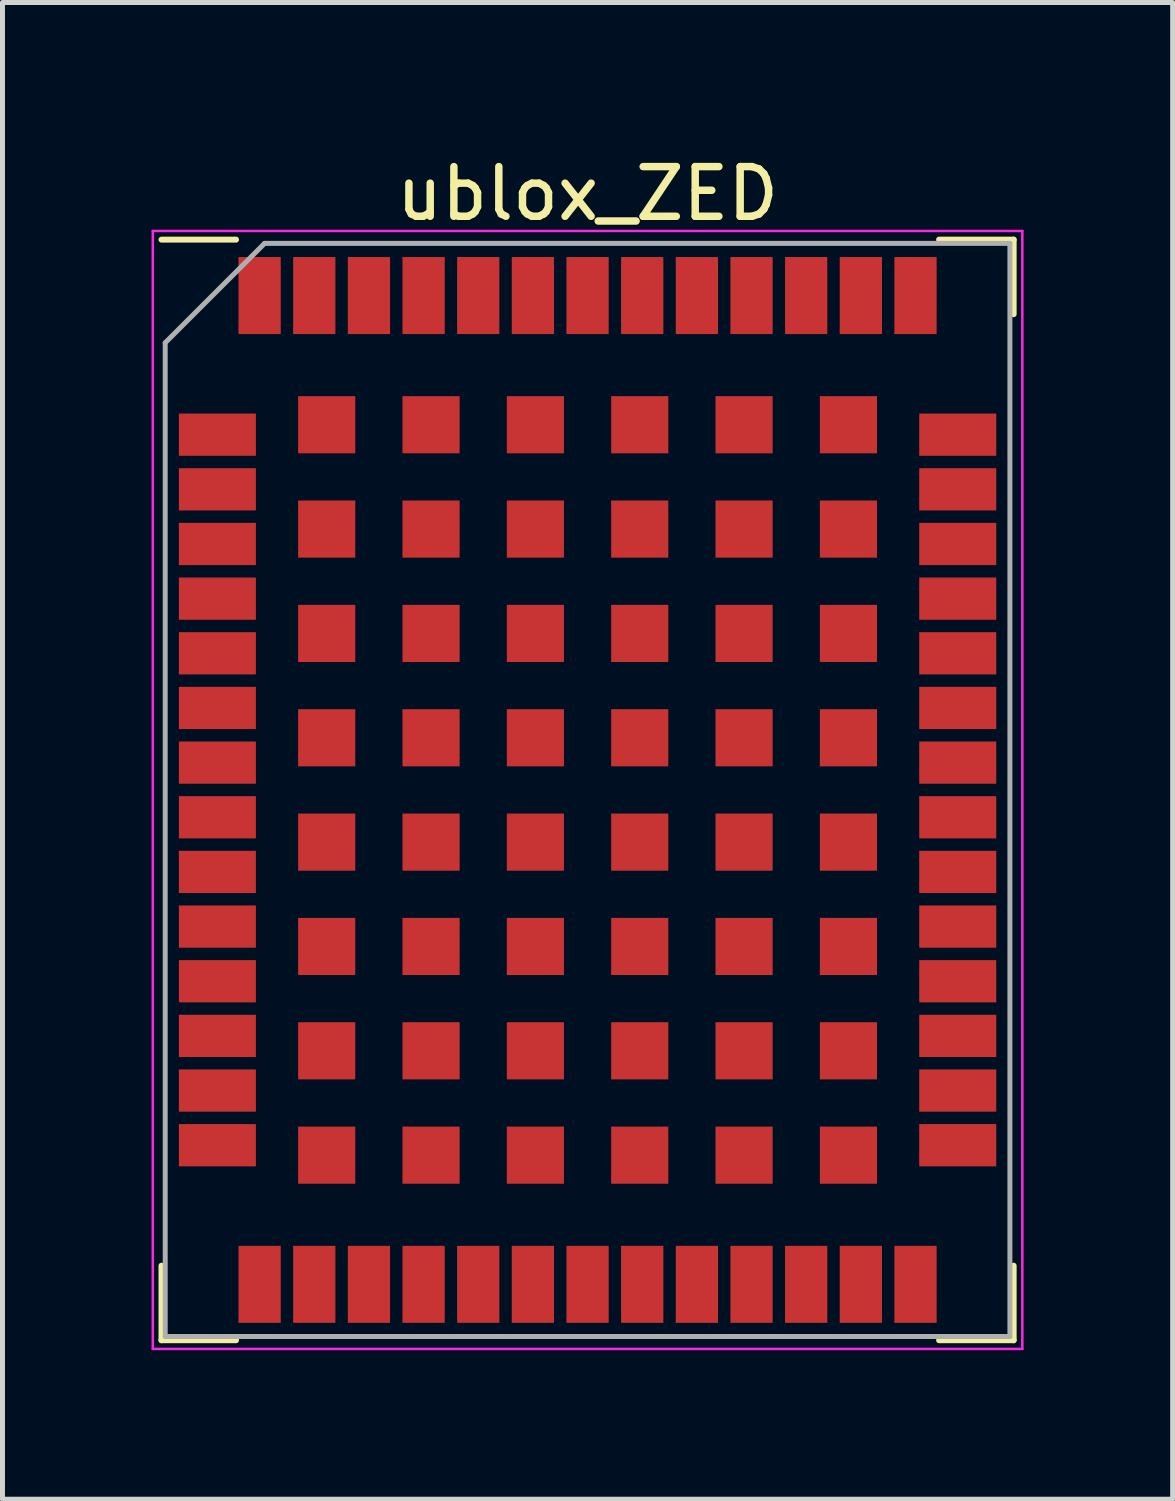
<source format=kicad_pcb>
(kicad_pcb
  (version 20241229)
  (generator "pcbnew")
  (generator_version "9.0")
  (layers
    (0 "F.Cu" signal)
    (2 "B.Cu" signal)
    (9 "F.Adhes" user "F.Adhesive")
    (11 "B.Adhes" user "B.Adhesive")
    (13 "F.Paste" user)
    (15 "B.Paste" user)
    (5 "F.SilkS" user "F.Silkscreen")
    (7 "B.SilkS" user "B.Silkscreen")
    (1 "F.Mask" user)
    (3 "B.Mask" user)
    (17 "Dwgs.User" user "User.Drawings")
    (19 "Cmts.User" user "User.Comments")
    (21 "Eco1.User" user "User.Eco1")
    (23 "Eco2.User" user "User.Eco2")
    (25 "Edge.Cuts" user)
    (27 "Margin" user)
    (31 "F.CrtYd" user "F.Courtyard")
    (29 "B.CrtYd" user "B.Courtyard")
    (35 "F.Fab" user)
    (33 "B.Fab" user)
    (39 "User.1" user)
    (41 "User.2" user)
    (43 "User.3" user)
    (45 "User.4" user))
  (footprint "ublox_ZED"
    (layer "F.Cu")
    (at 8.775 12.848)
    (property "Reference" "ublox_ZED" (at 0 -12 0) (layer "F.SilkS") (effects (font (size 1 1) (thickness 0.15))))
    (attr smd)
    (fp_line (start -8.575 -11.075) (end -7.075 -11.075) (stroke (width 0.12) (type solid)) (layer "F.SilkS"))
    (fp_line (start -8.575 11.075) (end -8.575 9.575) (stroke (width 0.12) (type solid)) (layer "F.SilkS"))
    (fp_line (start -8.575 11.075) (end -7.075 11.075) (stroke (width 0.12) (type solid)) (layer "F.SilkS"))
    (fp_line (start 8.575 -11.075) (end 7.075 -11.075) (stroke (width 0.12) (type solid)) (layer "F.SilkS"))
    (fp_line (start 8.575 -11.075) (end 8.575 -9.575) (stroke (width 0.12) (type solid)) (layer "F.SilkS"))
    (fp_line (start 8.575 11.075) (end 7.075 11.075) (stroke (width 0.12) (type solid)) (layer "F.SilkS"))
    (fp_line (start 8.575 11.075) (end 8.575 9.575) (stroke (width 0.12) (type solid)) (layer "F.SilkS"))
    (fp_line (start -8.75 -11.25) (end -8.75 11.25) (stroke (width 0.05) (type solid)) (layer "F.CrtYd"))
    (fp_line (start -8.75 -11.25) (end 8.75 -11.25) (stroke (width 0.05) (type solid)) (layer "F.CrtYd"))
    (fp_line (start -8.75 11.25) (end 8.75 11.25) (stroke (width 0.05) (type solid)) (layer "F.CrtYd"))
    (fp_line (start 8.75 -11.25) (end 8.75 11.25) (stroke (width 0.05) (type solid)) (layer "F.CrtYd"))
    (fp_line (start -8.5 -9) (end -8.5 11) (stroke (width 0.1) (type solid)) (layer "F.Fab"))
    (fp_line (start -8.5 -9) (end -6.5 -11) (stroke (width 0.1) (type solid)) (layer "F.Fab"))
    (fp_line (start -8.5 11) (end 8.5 11) (stroke (width 0.1) (type solid)) (layer "F.Fab"))
    (fp_line (start -6.5 -11) (end 8.5 -11) (stroke (width 0.1) (type solid)) (layer "F.Fab"))
    (fp_line (start 8.5 -11) (end 8.5 11) (stroke (width 0.1) (type solid)) (layer "F.Fab"))
    (pad "1" smd rect (at -7.45 -7.15) (size 1.55 0.85) (layers "F.Cu" "F.Mask" "F.Paste"))
    (pad "2" smd rect (at -7.45 -6.05) (size 1.55 0.85) (layers "F.Cu" "F.Mask" "F.Paste"))
    (pad "3" smd rect (at -7.45 -4.95) (size 1.55 0.85) (layers "F.Cu" "F.Mask" "F.Paste"))
    (pad "4" smd rect (at -7.45 -3.85) (size 1.55 0.85) (layers "F.Cu" "F.Mask" "F.Paste"))
    (pad "5" smd rect (at -7.45 -2.75) (size 1.55 0.85) (layers "F.Cu" "F.Mask" "F.Paste"))
    (pad "6" smd rect (at -7.45 -1.65) (size 1.55 0.85) (layers "F.Cu" "F.Mask" "F.Paste"))
    (pad "7" smd rect (at -7.45 -0.55) (size 1.55 0.85) (layers "F.Cu" "F.Mask" "F.Paste"))
    (pad "8" smd rect (at -7.45 0.55) (size 1.55 0.85) (layers "F.Cu" "F.Mask" "F.Paste"))
    (pad "9" smd rect (at -7.45 1.65) (size 1.55 0.85) (layers "F.Cu" "F.Mask" "F.Paste"))
    (pad "10" smd rect (at -7.45 2.75) (size 1.55 0.85) (layers "F.Cu" "F.Mask" "F.Paste"))
    (pad "11" smd rect (at -7.45 3.85) (size 1.55 0.85) (layers "F.Cu" "F.Mask" "F.Paste"))
    (pad "12" smd rect (at -7.45 4.95) (size 1.55 0.85) (layers "F.Cu" "F.Mask" "F.Paste"))
    (pad "13" smd rect (at -7.45 6.05) (size 1.55 0.85) (layers "F.Cu" "F.Mask" "F.Paste"))
    (pad "14" smd rect (at -7.45 7.15) (size 1.55 0.85) (layers "F.Cu" "F.Mask" "F.Paste"))
    (pad "15" smd rect (at -6.6 9.95 90) (size 1.55 0.85) (layers "F.Cu" "F.Mask" "F.Paste"))
    (pad "16" smd rect (at -5.5 9.95 90) (size 1.55 0.85) (layers "F.Cu" "F.Mask" "F.Paste"))
    (pad "17" smd rect (at -4.4 9.95 90) (size 1.55 0.85) (layers "F.Cu" "F.Mask" "F.Paste"))
    (pad "18" smd rect (at -3.3 9.95 90) (size 1.55 0.85) (layers "F.Cu" "F.Mask" "F.Paste"))
    (pad "19" smd rect (at -2.2 9.95 90) (size 1.55 0.85) (layers "F.Cu" "F.Mask" "F.Paste"))
    (pad "20" smd rect (at -1.1 9.95 90) (size 1.55 0.85) (layers "F.Cu" "F.Mask" "F.Paste"))
    (pad "21" smd rect (at 0 9.95 90) (size 1.55 0.85) (layers "F.Cu" "F.Mask" "F.Paste"))
    (pad "22" smd rect (at 1.1 9.95 90) (size 1.55 0.85) (layers "F.Cu" "F.Mask" "F.Paste"))
    (pad "23" smd rect (at 2.2 9.95 90) (size 1.55 0.85) (layers "F.Cu" "F.Mask" "F.Paste"))
    (pad "24" smd rect (at 3.3 9.95 90) (size 1.55 0.85) (layers "F.Cu" "F.Mask" "F.Paste"))
    (pad "25" smd rect (at 4.4 9.95 90) (size 1.55 0.85) (layers "F.Cu" "F.Mask" "F.Paste"))
    (pad "26" smd rect (at 5.5 9.95 90) (size 1.55 0.85) (layers "F.Cu" "F.Mask" "F.Paste"))
    (pad "27" smd rect (at 6.6 9.95 90) (size 1.55 0.85) (layers "F.Cu" "F.Mask" "F.Paste"))
    (pad "28" smd rect (at 7.45 7.15) (size 1.55 0.85) (layers "F.Cu" "F.Mask" "F.Paste"))
    (pad "29" smd rect (at 7.45 6.05) (size 1.55 0.85) (layers "F.Cu" "F.Mask" "F.Paste"))
    (pad "30" smd rect (at 7.45 4.95) (size 1.55 0.85) (layers "F.Cu" "F.Mask" "F.Paste"))
    (pad "31" smd rect (at 7.45 3.85) (size 1.55 0.85) (layers "F.Cu" "F.Mask" "F.Paste"))
    (pad "32" smd rect (at 7.45 2.75) (size 1.55 0.85) (layers "F.Cu" "F.Mask" "F.Paste"))
    (pad "33" smd rect (at 7.45 1.65) (size 1.55 0.85) (layers "F.Cu" "F.Mask" "F.Paste"))
    (pad "34" smd rect (at 7.45 0.55) (size 1.55 0.85) (layers "F.Cu" "F.Mask" "F.Paste"))
    (pad "35" smd rect (at 7.45 -0.55) (size 1.55 0.85) (layers "F.Cu" "F.Mask" "F.Paste"))
    (pad "36" smd rect (at 7.45 -1.65) (size 1.55 0.85) (layers "F.Cu" "F.Mask" "F.Paste"))
    (pad "37" smd rect (at 7.45 -2.75) (size 1.55 0.85) (layers "F.Cu" "F.Mask" "F.Paste"))
    (pad "38" smd rect (at 7.45 -3.85) (size 1.55 0.85) (layers "F.Cu" "F.Mask" "F.Paste"))
    (pad "39" smd rect (at 7.45 -4.95) (size 1.55 0.85) (layers "F.Cu" "F.Mask" "F.Paste"))
    (pad "40" smd rect (at 7.45 -6.05) (size 1.55 0.85) (layers "F.Cu" "F.Mask" "F.Paste"))
    (pad "41" smd rect (at 7.45 -7.15) (size 1.55 0.85) (layers "F.Cu" "F.Mask" "F.Paste"))
    (pad "42" smd rect (at 6.6 -9.95 90) (size 1.55 0.85) (layers "F.Cu" "F.Mask" "F.Paste"))
    (pad "43" smd rect (at 5.5 -9.95 90) (size 1.55 0.85) (layers "F.Cu" "F.Mask" "F.Paste"))
    (pad "44" smd rect (at 4.4 -9.95 90) (size 1.55 0.85) (layers "F.Cu" "F.Mask" "F.Paste"))
    (pad "45" smd rect (at 3.3 -9.95 90) (size 1.55 0.85) (layers "F.Cu" "F.Mask" "F.Paste"))
    (pad "46" smd rect (at 2.2 -9.95 90) (size 1.55 0.85) (layers "F.Cu" "F.Mask" "F.Paste"))
    (pad "47" smd rect (at 1.1 -9.95 90) (size 1.55 0.85) (layers "F.Cu" "F.Mask" "F.Paste"))
    (pad "48" smd rect (at 0 -9.95 90) (size 1.55 0.85) (layers "F.Cu" "F.Mask" "F.Paste"))
    (pad "49" smd rect (at -1.1 -9.95 90) (size 1.55 0.85) (layers "F.Cu" "F.Mask" "F.Paste"))
    (pad "50" smd rect (at -2.2 -9.95 90) (size 1.55 0.85) (layers "F.Cu" "F.Mask" "F.Paste"))
    (pad "51" smd rect (at -3.3 -9.95 90) (size 1.55 0.85) (layers "F.Cu" "F.Mask" "F.Paste"))
    (pad "52" smd rect (at -4.4 -9.95 90) (size 1.55 0.85) (layers "F.Cu" "F.Mask" "F.Paste"))
    (pad "53" smd rect (at -5.5 -9.95 90) (size 1.55 0.85) (layers "F.Cu" "F.Mask" "F.Paste"))
    (pad "54" smd rect (at -6.6 -9.95 90) (size 1.55 0.85) (layers "F.Cu" "F.Mask" "F.Paste"))
    (pad "55" smd rect (at -5.25 -7.35) (size 1.15 1.15) (layers "F.Cu" "F.Mask" "F.Paste"))
    (pad "55" smd rect (at -5.25 -5.25) (size 1.15 1.15) (layers "F.Cu" "F.Mask" "F.Paste"))
    (pad "55" smd rect (at -5.25 -3.15) (size 1.15 1.15) (layers "F.Cu" "F.Mask" "F.Paste"))
    (pad "55" smd rect (at -5.25 -1.05) (size 1.15 1.15) (layers "F.Cu" "F.Mask" "F.Paste"))
    (pad "55" smd rect (at -5.25 1.05) (size 1.15 1.15) (layers "F.Cu" "F.Mask" "F.Paste"))
    (pad "55" smd rect (at -5.25 3.15) (size 1.15 1.15) (layers "F.Cu" "F.Mask" "F.Paste"))
    (pad "55" smd rect (at -5.25 5.25) (size 1.15 1.15) (layers "F.Cu" "F.Mask" "F.Paste"))
    (pad "55" smd rect (at -5.25 7.35) (size 1.15 1.15) (layers "F.Cu" "F.Mask" "F.Paste"))
    (pad "55" smd rect (at -3.15 -7.35) (size 1.15 1.15) (layers "F.Cu" "F.Mask" "F.Paste"))
    (pad "55" smd rect (at -3.15 -5.25) (size 1.15 1.15) (layers "F.Cu" "F.Mask" "F.Paste"))
    (pad "55" smd rect (at -3.15 -3.15) (size 1.15 1.15) (layers "F.Cu" "F.Mask" "F.Paste"))
    (pad "55" smd rect (at -3.15 -1.05) (size 1.15 1.15) (layers "F.Cu" "F.Mask" "F.Paste"))
    (pad "55" smd rect (at -3.15 1.05) (size 1.15 1.15) (layers "F.Cu" "F.Mask" "F.Paste"))
    (pad "55" smd rect (at -3.15 3.15) (size 1.15 1.15) (layers "F.Cu" "F.Mask" "F.Paste"))
    (pad "55" smd rect (at -3.15 5.25) (size 1.15 1.15) (layers "F.Cu" "F.Mask" "F.Paste"))
    (pad "55" smd rect (at -3.15 7.35) (size 1.15 1.15) (layers "F.Cu" "F.Mask" "F.Paste"))
    (pad "55" smd rect (at -1.05 -7.35) (size 1.15 1.15) (layers "F.Cu" "F.Mask" "F.Paste"))
    (pad "55" smd rect (at -1.05 -5.25) (size 1.15 1.15) (layers "F.Cu" "F.Mask" "F.Paste"))
    (pad "55" smd rect (at -1.05 -3.15) (size 1.15 1.15) (layers "F.Cu" "F.Mask" "F.Paste"))
    (pad "55" smd rect (at -1.05 -1.05) (size 1.15 1.15) (layers "F.Cu" "F.Mask" "F.Paste"))
    (pad "55" smd rect (at -1.05 1.05) (size 1.15 1.15) (layers "F.Cu" "F.Mask" "F.Paste"))
    (pad "55" smd rect (at -1.05 3.15) (size 1.15 1.15) (layers "F.Cu" "F.Mask" "F.Paste"))
    (pad "55" smd rect (at -1.05 5.25) (size 1.15 1.15) (layers "F.Cu" "F.Mask" "F.Paste"))
    (pad "55" smd rect (at -1.05 7.35) (size 1.15 1.15) (layers "F.Cu" "F.Mask" "F.Paste"))
    (pad "55" smd rect (at 1.05 -7.35) (size 1.15 1.15) (layers "F.Cu" "F.Mask" "F.Paste"))
    (pad "55" smd rect (at 1.05 -5.25) (size 1.15 1.15) (layers "F.Cu" "F.Mask" "F.Paste"))
    (pad "55" smd rect (at 1.05 -3.15) (size 1.15 1.15) (layers "F.Cu" "F.Mask" "F.Paste"))
    (pad "55" smd rect (at 1.05 -1.05) (size 1.15 1.15) (layers "F.Cu" "F.Mask" "F.Paste"))
    (pad "55" smd rect (at 1.05 1.05) (size 1.15 1.15) (layers "F.Cu" "F.Mask" "F.Paste"))
    (pad "55" smd rect (at 1.05 3.15) (size 1.15 1.15) (layers "F.Cu" "F.Mask" "F.Paste"))
    (pad "55" smd rect (at 1.05 5.25) (size 1.15 1.15) (layers "F.Cu" "F.Mask" "F.Paste"))
    (pad "55" smd rect (at 1.05 7.35) (size 1.15 1.15) (layers "F.Cu" "F.Mask" "F.Paste"))
    (pad "55" smd rect (at 3.15 -7.35) (size 1.15 1.15) (layers "F.Cu" "F.Mask" "F.Paste"))
    (pad "55" smd rect (at 3.15 -5.25) (size 1.15 1.15) (layers "F.Cu" "F.Mask" "F.Paste"))
    (pad "55" smd rect (at 3.15 -3.15) (size 1.15 1.15) (layers "F.Cu" "F.Mask" "F.Paste"))
    (pad "55" smd rect (at 3.15 -1.05) (size 1.15 1.15) (layers "F.Cu" "F.Mask" "F.Paste"))
    (pad "55" smd rect (at 3.15 1.05) (size 1.15 1.15) (layers "F.Cu" "F.Mask" "F.Paste"))
    (pad "55" smd rect (at 3.15 3.15) (size 1.15 1.15) (layers "F.Cu" "F.Mask" "F.Paste"))
    (pad "55" smd rect (at 3.15 5.25) (size 1.15 1.15) (layers "F.Cu" "F.Mask" "F.Paste"))
    (pad "55" smd rect (at 3.15 7.35) (size 1.15 1.15) (layers "F.Cu" "F.Mask" "F.Paste"))
    (pad "55" smd rect (at 5.25 -7.35) (size 1.15 1.15) (layers "F.Cu" "F.Mask" "F.Paste"))
    (pad "55" smd rect (at 5.25 -5.25) (size 1.15 1.15) (layers "F.Cu" "F.Mask" "F.Paste"))
    (pad "55" smd rect (at 5.25 -3.15) (size 1.15 1.15) (layers "F.Cu" "F.Mask" "F.Paste"))
    (pad "55" smd rect (at 5.25 -1.05) (size 1.15 1.15) (layers "F.Cu" "F.Mask" "F.Paste"))
    (pad "55" smd rect (at 5.25 1.05) (size 1.15 1.15) (layers "F.Cu" "F.Mask" "F.Paste"))
    (pad "55" smd rect (at 5.25 3.15) (size 1.15 1.15) (layers "F.Cu" "F.Mask" "F.Paste"))
    (pad "55" smd rect (at 5.25 5.25) (size 1.15 1.15) (layers "F.Cu" "F.Mask" "F.Paste"))
    (pad "55" smd rect (at 5.25 7.35) (size 1.15 1.15) (layers "F.Cu" "F.Mask" "F.Paste")))
  (gr_rect
    (start -3 -3)
    (end 20.55 27.123)
    (stroke (width 0.1) (type default))
    (fill no)
    (layer "Edge.Cuts")))
</source>
